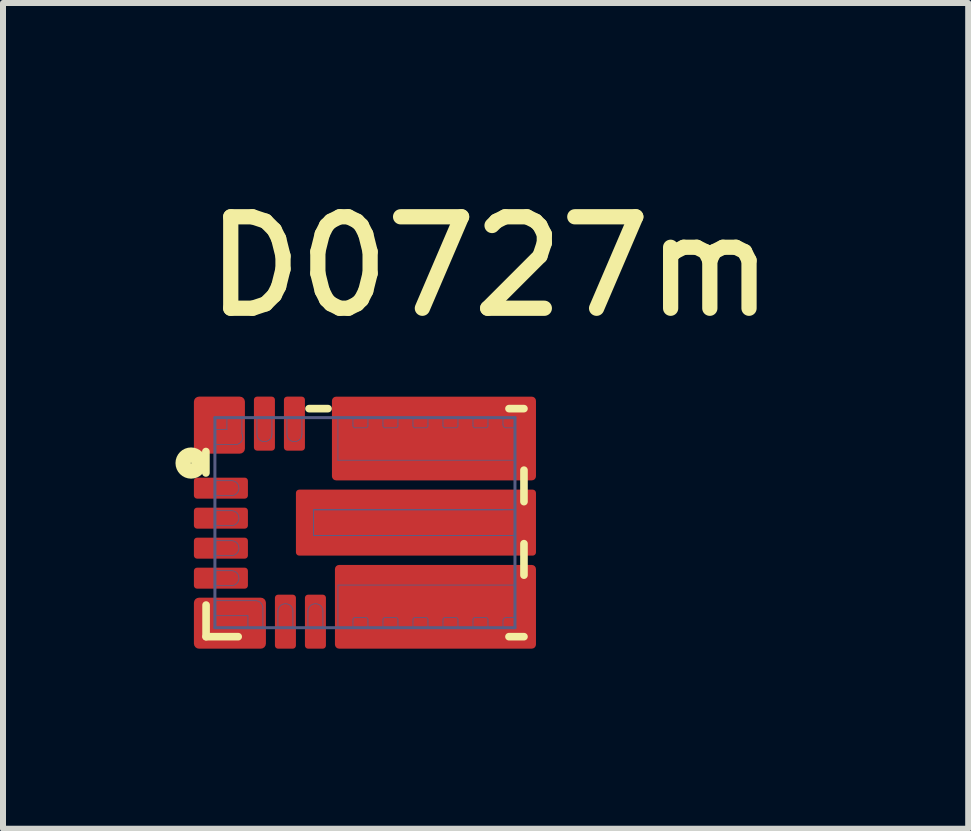
<source format=kicad_pcb>
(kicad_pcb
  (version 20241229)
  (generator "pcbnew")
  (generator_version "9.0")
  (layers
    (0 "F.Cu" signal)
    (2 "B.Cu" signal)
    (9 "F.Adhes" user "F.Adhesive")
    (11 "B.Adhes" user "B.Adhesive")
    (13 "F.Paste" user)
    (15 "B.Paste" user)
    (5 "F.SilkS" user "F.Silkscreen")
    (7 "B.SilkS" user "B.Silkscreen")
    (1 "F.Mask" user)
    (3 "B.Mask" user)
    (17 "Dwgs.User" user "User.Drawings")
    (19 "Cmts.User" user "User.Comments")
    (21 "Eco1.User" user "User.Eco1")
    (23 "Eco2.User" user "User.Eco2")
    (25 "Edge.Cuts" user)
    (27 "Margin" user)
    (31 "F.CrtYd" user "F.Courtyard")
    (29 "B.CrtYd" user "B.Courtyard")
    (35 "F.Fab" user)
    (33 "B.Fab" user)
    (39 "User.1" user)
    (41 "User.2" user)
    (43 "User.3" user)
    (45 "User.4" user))
  (footprint "D0727m"
    (layer "F.Cu")
    (at 3.031 5.659)
    (property "Reference" "D0727m" (at -2.766 -3.373 0) (unlocked yes) (layer "F.SilkS") (effects (font (size 1.524 1.524) (thickness 0.254)) (justify left bottom)))
    (attr smd)
    (fp_poly (pts (xy -2.548 1.56) (xy -1.69 1.56) (xy -1.69 1.29) (xy -2.548 1.29)) (stroke (width 0.03) (type solid)) (fill yes) (layer "F.Mask"))
    (fp_poly (pts (xy -2.057 -0.44) (xy -2.057 -0.71) (xy -2.547 -0.71) (xy -2.547 -0.44)) (stroke (width 0.03) (type solid)) (fill yes) (layer "F.Mask"))
    (fp_poly (pts (xy -2.057 0.06) (xy -2.057 -0.21) (xy -2.547 -0.21) (xy -2.547 0.06)) (stroke (width 0.03) (type solid)) (fill yes) (layer "F.Mask"))
    (fp_poly (pts (xy -2.057 0.56) (xy -2.057 0.29) (xy -2.547 0.29) (xy -2.547 0.56)) (stroke (width 0.03) (type solid)) (fill yes) (layer "F.Mask"))
    (fp_poly (pts (xy -2.057 1.06) (xy -2.057 0.79) (xy -2.547 0.79) (xy -2.547 1.06)) (stroke (width 0.03) (type solid)) (fill yes) (layer "F.Mask"))
    (fp_poly (pts (xy -2.047 -1.56) (xy -2.553 -1.56) (xy -2.553 -1.29) (xy -2.047 -1.29)) (stroke (width 0.03) (type solid)) (fill yes) (layer "F.Mask"))
    (fp_poly (pts (xy -2.04 -1.29) (xy -2.04 -1.796) (xy -2.31 -1.796) (xy -2.31 -1.29)) (stroke (width 0.03) (type solid)) (fill yes) (layer "F.Mask"))
    (fp_poly (pts (xy -1.69 1.795) (xy -1.69 1.305) (xy -1.96 1.305) (xy -1.96 1.795)) (stroke (width 0.03) (type solid)) (fill yes) (layer "F.Mask"))
    (fp_poly (pts (xy -1.54 -1.305) (xy -1.54 -1.795) (xy -1.81 -1.795) (xy -1.81 -1.305)) (stroke (width 0.03) (type solid)) (fill yes) (layer "F.Mask"))
    (fp_poly (pts (xy -1.19 1.795) (xy -1.19 1.305) (xy -1.46 1.305) (xy -1.46 1.795)) (stroke (width 0.03) (type solid)) (fill yes) (layer "F.Mask"))
    (fp_poly (pts (xy -1.04 -1.305) (xy -1.04 -1.795) (xy -1.31 -1.795) (xy -1.31 -1.305)) (stroke (width 0.03) (type solid)) (fill yes) (layer "F.Mask"))
    (fp_poly (pts (xy -0.845 0.192) (xy 2.464 0.192) (xy 2.464 -0.192) (xy -0.845 -0.192)) (stroke (width 0.096) (type solid)) (fill yes) (layer "F.Mask"))
    (fp_poly (pts (xy -0.69 1.795) (xy -0.69 1.305) (xy -0.96 1.305) (xy -0.96 1.795)) (stroke (width 0.03) (type solid)) (fill yes) (layer "F.Mask"))
    (fp_poly (pts (xy -0.446 -1.045) (xy 2.495 -1.045) (xy 2.495 -1.576) (xy -0.446 -1.576)) (stroke (width 0.059) (type solid)) (fill yes) (layer "F.Mask"))
    (fp_poly (pts (xy -0.19 -1.305) (xy -0.19 -1.795) (xy -0.46 -1.795) (xy -0.46 -1.305)) (stroke (width 0.03) (type solid)) (fill yes) (layer "F.Mask"))
    (fp_poly (pts (xy -0.19 1.795) (xy -0.19 1.305) (xy -0.46 1.305) (xy -0.46 1.795)) (stroke (width 0.03) (type solid)) (fill yes) (layer "F.Mask"))
    (fp_poly (pts (xy 0.31 -1.305) (xy 0.31 -1.795) (xy 0.04 -1.795) (xy 0.04 -1.305)) (stroke (width 0.03) (type solid)) (fill yes) (layer "F.Mask"))
    (fp_poly (pts (xy 0.31 1.795) (xy 0.31 1.305) (xy 0.04 1.305) (xy 0.04 1.795)) (stroke (width 0.03) (type solid)) (fill yes) (layer "F.Mask"))
    (fp_poly (pts (xy 0.81 -1.305) (xy 0.81 -1.795) (xy 0.54 -1.795) (xy 0.54 -1.305)) (stroke (width 0.03) (type solid)) (fill yes) (layer "F.Mask"))
    (fp_poly (pts (xy 0.81 1.795) (xy 0.81 1.305) (xy 0.54 1.305) (xy 0.54 1.795)) (stroke (width 0.03) (type solid)) (fill yes) (layer "F.Mask"))
    (fp_poly (pts (xy 1.31 -1.305) (xy 1.31 -1.795) (xy 1.04 -1.795) (xy 1.04 -1.305)) (stroke (width 0.03) (type solid)) (fill yes) (layer "F.Mask"))
    (fp_poly (pts (xy 1.31 1.795) (xy 1.31 1.305) (xy 1.04 1.305) (xy 1.04 1.795)) (stroke (width 0.03) (type solid)) (fill yes) (layer "F.Mask"))
    (fp_poly (pts (xy 1.81 -1.305) (xy 1.81 -1.795) (xy 1.54 -1.795) (xy 1.54 -1.305)) (stroke (width 0.03) (type solid)) (fill yes) (layer "F.Mask"))
    (fp_poly (pts (xy 1.81 1.795) (xy 1.81 1.305) (xy 1.54 1.305) (xy 1.54 1.795)) (stroke (width 0.03) (type solid)) (fill yes) (layer "F.Mask"))
    (fp_poly (pts (xy 2.31 -1.305) (xy 2.31 -1.795) (xy 2.04 -1.795) (xy 2.04 -1.305)) (stroke (width 0.03) (type solid)) (fill yes) (layer "F.Mask"))
    (fp_poly (pts (xy 2.31 1.795) (xy 2.31 1.305) (xy 2.04 1.305) (xy 2.04 1.795)) (stroke (width 0.03) (type solid)) (fill yes) (layer "F.Mask"))
    (fp_poly (pts (xy 2.495 1.045) (xy -0.446 1.045) (xy -0.446 1.576) (xy 2.495 1.576)) (stroke (width 0.059) (type solid)) (fill yes) (layer "F.Mask"))
    (fp_line (start -2.65 -0.828) (end -2.65 -1.185) (stroke (width 0.127) (type solid)) (layer "F.SilkS"))
    (fp_line (start -2.647 1.9) (end -2.647 1.373) (stroke (width 0.127) (type solid)) (layer "F.SilkS"))
    (fp_line (start -2.647 1.9) (end -2.112 1.9) (stroke (width 0.127) (type solid)) (layer "F.SilkS"))
    (fp_line (start -0.932 -1.9) (end -0.615 -1.9) (stroke (width 0.127) (type solid)) (layer "F.SilkS"))
    (fp_line (start 2.4 -1.9) (end 2.65 -1.9) (stroke (width 0.127) (type solid)) (layer "F.SilkS"))
    (fp_line (start 2.4 1.9) (end 2.65 1.9) (stroke (width 0.127) (type solid)) (layer "F.SilkS"))
    (fp_line (start 2.65 -0.35) (end 2.65 -0.875) (stroke (width 0.127) (type solid)) (layer "F.SilkS"))
    (fp_line (start 2.65 0.875) (end 2.65 0.35) (stroke (width 0.127) (type solid)) (layer "F.SilkS"))
    (fp_circle (center -2.897 -0.993) (end -2.897 -0.999) (stroke (width 0.254) (type solid)) (fill no) (layer "F.SilkS"))
    (fp_poly (pts (xy -2.163 -0.512) (xy -2.163 -0.637) (xy -2.438 -0.637) (xy -2.438 -0.512)) (stroke (width 0.125) (type solid)) (fill yes) (layer "F.Paste"))
    (fp_poly (pts (xy -2.163 0.488) (xy -2.163 0.363) (xy -2.438 0.363) (xy -2.438 0.488)) (stroke (width 0.125) (type solid)) (fill yes) (layer "F.Paste"))
    (fp_poly (pts (xy -2.163 -0.013) (xy -2.163 -0.138) (xy -2.438 -0.138) (xy -2.438 -0.013)) (stroke (width 0.125) (type solid)) (fill yes) (layer "F.Paste"))
    (fp_poly (pts (xy -2.163 0.987) (xy -2.163 0.862) (xy -2.438 0.862) (xy -2.438 0.987)) (stroke (width 0.125) (type solid)) (fill yes) (layer "F.Paste"))
    (fp_poly (pts (xy -2.124 -1.376) (xy -2.124 -1.564) (xy -2.386 -1.564) (xy -2.386 -1.376)) (stroke (width 0.188) (type solid)) (fill yes) (layer "F.Paste"))
    (fp_poly (pts (xy -1.76 1.555) (xy -1.76 1.405) (xy -2.405 1.405) (xy -2.405 1.555)) (stroke (width 0.15) (type solid)) (fill yes) (layer "F.Paste"))
    (fp_poly (pts (xy -1.613 -1.688) (xy -1.738 -1.688) (xy -1.738 -1.413) (xy -1.613 -1.413)) (stroke (width 0.125) (type solid)) (fill yes) (layer "F.Paste"))
    (fp_poly (pts (xy -1.388 1.688) (xy -1.263 1.688) (xy -1.263 1.413) (xy -1.388 1.413)) (stroke (width 0.125) (type solid)) (fill yes) (layer "F.Paste"))
    (fp_poly (pts (xy -1.113 -1.688) (xy -1.238 -1.688) (xy -1.238 -1.413) (xy -1.113 -1.413)) (stroke (width 0.125) (type solid)) (fill yes) (layer "F.Paste"))
    (fp_poly (pts (xy -0.888 1.688) (xy -0.763 1.688) (xy -0.763 1.413) (xy -0.888 1.413)) (stroke (width 0.125) (type solid)) (fill yes) (layer "F.Paste"))
    (fp_poly (pts (xy -0.38 -1.135) (xy 2.45 -1.135) (xy 2.45 -1.615) (xy -0.38 -1.615)) (stroke (width 0.12) (type solid)) (fill yes) (layer "F.Paste"))
    (fp_poly (pts (xy -0.38 1.615) (xy 2.45 1.615) (xy 2.45 1.135) (xy -0.38 1.135)) (stroke (width 0.12) (type solid)) (fill yes) (layer "F.Paste"))
    (fp_poly (pts (xy 2.393 0.107) (xy 2.393 -0.108) (xy -0.748 -0.108) (xy -0.748 0.107)) (stroke (width 0.215) (type solid)) (fill yes) (layer "F.Paste"))
    (fp_line (start -2.5 -1.75) (end 2.5 -1.75) (stroke (width 0.05) (type solid)) (layer "B.Fab"))
    (fp_line (start -2.5 -1.55) (end -2.3 -1.55) (stroke (width 0.013) (type solid)) (layer "B.Fab"))
    (fp_line (start -2.5 -1.3) (end -2.5 -1.55) (stroke (width 0.013) (type solid)) (layer "B.Fab"))
    (fp_line (start -2.5 -1.3) (end -2.16 -1.3) (stroke (width 0.013) (type solid)) (layer "B.Fab"))
    (fp_line (start -2.5 -0.7) (end -2.225 -0.7) (stroke (width 0.013) (type solid)) (layer "B.Fab"))
    (fp_line (start -2.5 -0.45) (end -2.5 -0.7) (stroke (width 0.013) (type solid)) (layer "B.Fab"))
    (fp_line (start -2.5 -0.45) (end -2.225 -0.45) (stroke (width 0.013) (type solid)) (layer "B.Fab"))
    (fp_line (start -2.5 -0.2) (end -2.225 -0.2) (stroke (width 0.013) (type solid)) (layer "B.Fab"))
    (fp_line (start -2.5 0.05) (end -2.5 -0.2) (stroke (width 0.013) (type solid)) (layer "B.Fab"))
    (fp_line (start -2.5 0.05) (end -2.225 0.05) (stroke (width 0.013) (type solid)) (layer "B.Fab"))
    (fp_line (start -2.5 0.3) (end -2.225 0.3) (stroke (width 0.013) (type solid)) (layer "B.Fab"))
    (fp_line (start -2.5 0.55) (end -2.5 0.3) (stroke (width 0.013) (type solid)) (layer "B.Fab"))
    (fp_line (start -2.5 0.55) (end -2.225 0.55) (stroke (width 0.013) (type solid)) (layer "B.Fab"))
    (fp_line (start -2.5 0.8) (end -2.225 0.8) (stroke (width 0.013) (type solid)) (layer "B.Fab"))
    (fp_line (start -2.5 1.05) (end -2.5 0.8) (stroke (width 0.013) (type solid)) (layer "B.Fab"))
    (fp_line (start -2.5 1.05) (end -2.225 1.05) (stroke (width 0.013) (type solid)) (layer "B.Fab"))
    (fp_line (start -2.5 1.3) (end -1.825 1.3) (stroke (width 0.013) (type solid)) (layer "B.Fab"))
    (fp_line (start -2.5 1.55) (end -2.5 1.3) (stroke (width 0.013) (type solid)) (layer "B.Fab"))
    (fp_line (start -2.5 1.55) (end -1.95 1.55) (stroke (width 0.013) (type solid)) (layer "B.Fab"))
    (fp_line (start -2.5 1.75) (end -2.5 -1.75) (stroke (width 0.05) (type solid)) (layer "B.Fab"))
    (fp_line (start -2.5 1.75) (end 2.5 1.75) (stroke (width 0.05) (type solid)) (layer "B.Fab"))
    (fp_line (start -2.3 -1.75) (end -2.05 -1.75) (stroke (width 0.013) (type solid)) (layer "B.Fab"))
    (fp_line (start -2.3 -1.55) (end -2.3 -1.75) (stroke (width 0.013) (type solid)) (layer "B.Fab"))
    (fp_line (start -2.05 -1.484) (end -2.05 -1.75) (stroke (width 0.013) (type solid)) (layer "B.Fab"))
    (fp_line (start -1.95 1.75) (end -1.95 1.55) (stroke (width 0.013) (type solid)) (layer "B.Fab"))
    (fp_line (start -1.95 1.75) (end -1.7 1.75) (stroke (width 0.013) (type solid)) (layer "B.Fab"))
    (fp_line (start -1.8 -1.75) (end -1.55 -1.75) (stroke (width 0.013) (type solid)) (layer "B.Fab"))
    (fp_line (start -1.8 -1.475) (end -1.8 -1.75) (stroke (width 0.013) (type solid)) (layer "B.Fab"))
    (fp_line (start -1.7 1.75) (end -1.7 1.425) (stroke (width 0.013) (type solid)) (layer "B.Fab"))
    (fp_line (start -1.55 -1.475) (end -1.55 -1.75) (stroke (width 0.013) (type solid)) (layer "B.Fab"))
    (fp_line (start -1.45 1.75) (end -1.45 1.475) (stroke (width 0.013) (type solid)) (layer "B.Fab"))
    (fp_line (start -1.45 1.75) (end -1.2 1.75) (stroke (width 0.013) (type solid)) (layer "B.Fab"))
    (fp_line (start -1.3 -1.75) (end -1.05 -1.75) (stroke (width 0.013) (type solid)) (layer "B.Fab"))
    (fp_line (start -1.3 -1.475) (end -1.3 -1.75) (stroke (width 0.013) (type solid)) (layer "B.Fab"))
    (fp_line (start -1.2 1.75) (end -1.2 1.475) (stroke (width 0.013) (type solid)) (layer "B.Fab"))
    (fp_line (start -1.05 -1.475) (end -1.05 -1.75) (stroke (width 0.013) (type solid)) (layer "B.Fab"))
    (fp_line (start -0.95 1.75) (end -0.95 1.475) (stroke (width 0.013) (type solid)) (layer "B.Fab"))
    (fp_line (start -0.95 1.75) (end -0.7 1.75) (stroke (width 0.013) (type solid)) (layer "B.Fab"))
    (fp_line (start -0.855 -0.215) (end 2.3 -0.215) (stroke (width 0.013) (type solid)) (layer "B.Fab"))
    (fp_line (start -0.855 -0.215) (end 2.5 -0.215) (stroke (width 0.013) (type solid)) (layer "B.Fab"))
    (fp_line (start -0.855 -0.215) (end 2.5 -0.215) (stroke (width 0.013) (type solid)) (layer "B.Fab"))
    (fp_line (start -0.855 0.215) (end -0.855 -0.215) (stroke (width 0.013) (type solid)) (layer "B.Fab"))
    (fp_line (start -0.855 0.215) (end -0.855 -0.215) (stroke (width 0.013) (type solid)) (layer "B.Fab"))
    (fp_line (start -0.855 0.215) (end 2.3 0.215) (stroke (width 0.013) (type solid)) (layer "B.Fab"))
    (fp_line (start -0.855 0.215) (end 2.5 0.215) (stroke (width 0.013) (type solid)) (layer "B.Fab"))
    (fp_line (start -0.855 0.215) (end 2.5 0.215) (stroke (width 0.013) (type solid)) (layer "B.Fab"))
    (fp_line (start -0.7 1.75) (end -0.7 1.475) (stroke (width 0.013) (type solid)) (layer "B.Fab"))
    (fp_line (start -0.45 -1.75) (end -0.2 -1.75) (stroke (width 0.013) (type solid)) (layer "B.Fab"))
    (fp_line (start -0.45 -1.04) (end -0.45 -1.75) (stroke (width 0.013) (type solid)) (layer "B.Fab"))
    (fp_line (start -0.45 -1.04) (end 2.5 -1.04) (stroke (width 0.013) (type solid)) (layer "B.Fab"))
    (fp_line (start -0.45 1.04) (end 2.5 1.04) (stroke (width 0.013) (type solid)) (layer "B.Fab"))
    (fp_line (start -0.45 1.75) (end -0.45 1.04) (stroke (width 0.013) (type solid)) (layer "B.Fab"))
    (fp_line (start -0.45 1.75) (end -0.2 1.75) (stroke (width 0.013) (type solid)) (layer "B.Fab"))
    (fp_line (start -0.2 -1.652) (end -0.2 -1.75) (stroke (width 0.013) (type solid)) (layer "B.Fab"))
    (fp_line (start -0.2 -1.615) (end -0.2 -1.652) (stroke (width 0.013) (type solid)) (layer "B.Fab"))
    (fp_line (start -0.2 1.652) (end -0.2 1.615) (stroke (width 0.013) (type solid)) (layer "B.Fab"))
    (fp_line (start -0.2 1.75) (end -0.2 1.652) (stroke (width 0.013) (type solid)) (layer "B.Fab"))
    (fp_line (start -0.165 -1.58) (end 0.015 -1.58) (stroke (width 0.013) (type solid)) (layer "B.Fab"))
    (fp_line (start -0.165 1.58) (end 0.015 1.58) (stroke (width 0.013) (type solid)) (layer "B.Fab"))
    (fp_line (start 0.05 -1.75) (end 0.3 -1.75) (stroke (width 0.013) (type solid)) (layer "B.Fab"))
    (fp_line (start 0.05 -1.652) (end 0.05 -1.75) (stroke (width 0.013) (type solid)) (layer "B.Fab"))
    (fp_line (start 0.05 -1.615) (end 0.05 -1.652) (stroke (width 0.013) (type solid)) (layer "B.Fab"))
    (fp_line (start 0.05 1.652) (end 0.05 1.615) (stroke (width 0.013) (type solid)) (layer "B.Fab"))
    (fp_line (start 0.05 1.75) (end 0.05 1.652) (stroke (width 0.013) (type solid)) (layer "B.Fab"))
    (fp_line (start 0.05 1.75) (end 0.3 1.75) (stroke (width 0.013) (type solid)) (layer "B.Fab"))
    (fp_line (start 0.3 -1.652) (end 0.3 -1.75) (stroke (width 0.013) (type solid)) (layer "B.Fab"))
    (fp_line (start 0.3 -1.615) (end 0.3 -1.652) (stroke (width 0.013) (type solid)) (layer "B.Fab"))
    (fp_line (start 0.3 1.652) (end 0.3 1.615) (stroke (width 0.013) (type solid)) (layer "B.Fab"))
    (fp_line (start 0.3 1.75) (end 0.3 1.652) (stroke (width 0.013) (type solid)) (layer "B.Fab"))
    (fp_line (start 0.335 -1.58) (end 0.515 -1.58) (stroke (width 0.013) (type solid)) (layer "B.Fab"))
    (fp_line (start 0.335 1.58) (end 0.515 1.58) (stroke (width 0.013) (type solid)) (layer "B.Fab"))
    (fp_line (start 0.55 -1.75) (end 0.8 -1.75) (stroke (width 0.013) (type solid)) (layer "B.Fab"))
    (fp_line (start 0.55 -1.652) (end 0.55 -1.75) (stroke (width 0.013) (type solid)) (layer "B.Fab"))
    (fp_line (start 0.55 -1.615) (end 0.55 -1.652) (stroke (width 0.013) (type solid)) (layer "B.Fab"))
    (fp_line (start 0.55 1.652) (end 0.55 1.615) (stroke (width 0.013) (type solid)) (layer "B.Fab"))
    (fp_line (start 0.55 1.75) (end 0.55 1.652) (stroke (width 0.013) (type solid)) (layer "B.Fab"))
    (fp_line (start 0.55 1.75) (end 0.8 1.75) (stroke (width 0.013) (type solid)) (layer "B.Fab"))
    (fp_line (start 0.8 -1.652) (end 0.8 -1.75) (stroke (width 0.013) (type solid)) (layer "B.Fab"))
    (fp_line (start 0.8 -1.615) (end 0.8 -1.652) (stroke (width 0.013) (type solid)) (layer "B.Fab"))
    (fp_line (start 0.8 1.652) (end 0.8 1.615) (stroke (width 0.013) (type solid)) (layer "B.Fab"))
    (fp_line (start 0.8 1.75) (end 0.8 1.652) (stroke (width 0.013) (type solid)) (layer "B.Fab"))
    (fp_line (start 0.835 -1.58) (end 1.015 -1.58) (stroke (width 0.013) (type solid)) (layer "B.Fab"))
    (fp_line (start 0.835 1.58) (end 1.015 1.58) (stroke (width 0.013) (type solid)) (layer "B.Fab"))
    (fp_line (start 1.05 -1.75) (end 1.3 -1.75) (stroke (width 0.013) (type solid)) (layer "B.Fab"))
    (fp_line (start 1.05 -1.652) (end 1.05 -1.75) (stroke (width 0.013) (type solid)) (layer "B.Fab"))
    (fp_line (start 1.05 -1.615) (end 1.05 -1.652) (stroke (width 0.013) (type solid)) (layer "B.Fab"))
    (fp_line (start 1.05 1.652) (end 1.05 1.615) (stroke (width 0.013) (type solid)) (layer "B.Fab"))
    (fp_line (start 1.05 1.75) (end 1.05 1.652) (stroke (width 0.013) (type solid)) (layer "B.Fab"))
    (fp_line (start 1.05 1.75) (end 1.3 1.75) (stroke (width 0.013) (type solid)) (layer "B.Fab"))
    (fp_line (start 1.3 -1.652) (end 1.3 -1.75) (stroke (width 0.013) (type solid)) (layer "B.Fab"))
    (fp_line (start 1.3 -1.615) (end 1.3 -1.652) (stroke (width 0.013) (type solid)) (layer "B.Fab"))
    (fp_line (start 1.3 1.652) (end 1.3 1.615) (stroke (width 0.013) (type solid)) (layer "B.Fab"))
    (fp_line (start 1.3 1.75) (end 1.3 1.652) (stroke (width 0.013) (type solid)) (layer "B.Fab"))
    (fp_line (start 1.335 -1.58) (end 1.515 -1.58) (stroke (width 0.013) (type solid)) (layer "B.Fab"))
    (fp_line (start 1.335 1.58) (end 1.515 1.58) (stroke (width 0.013) (type solid)) (layer "B.Fab"))
    (fp_line (start 1.55 -1.75) (end 1.8 -1.75) (stroke (width 0.013) (type solid)) (layer "B.Fab"))
    (fp_line (start 1.55 -1.652) (end 1.55 -1.75) (stroke (width 0.013) (type solid)) (layer "B.Fab"))
    (fp_line (start 1.55 -1.615) (end 1.55 -1.652) (stroke (width 0.013) (type solid)) (layer "B.Fab"))
    (fp_line (start 1.55 1.652) (end 1.55 1.615) (stroke (width 0.013) (type solid)) (layer "B.Fab"))
    (fp_line (start 1.55 1.75) (end 1.55 1.652) (stroke (width 0.013) (type solid)) (layer "B.Fab"))
    (fp_line (start 1.55 1.75) (end 1.8 1.75) (stroke (width 0.013) (type solid)) (layer "B.Fab"))
    (fp_line (start 1.8 -1.652) (end 1.8 -1.75) (stroke (width 0.013) (type solid)) (layer "B.Fab"))
    (fp_line (start 1.8 -1.615) (end 1.8 -1.652) (stroke (width 0.013) (type solid)) (layer "B.Fab"))
    (fp_line (start 1.8 1.652) (end 1.8 1.615) (stroke (width 0.013) (type solid)) (layer "B.Fab"))
    (fp_line (start 1.8 1.75) (end 1.8 1.652) (stroke (width 0.013) (type solid)) (layer "B.Fab"))
    (fp_line (start 1.835 -1.58) (end 2.015 -1.58) (stroke (width 0.013) (type solid)) (layer "B.Fab"))
    (fp_line (start 1.835 1.58) (end 2.015 1.58) (stroke (width 0.013) (type solid)) (layer "B.Fab"))
    (fp_line (start 2.05 -1.75) (end 2.3 -1.75) (stroke (width 0.013) (type solid)) (layer "B.Fab"))
    (fp_line (start 2.05 -1.652) (end 2.05 -1.75) (stroke (width 0.013) (type solid)) (layer "B.Fab"))
    (fp_line (start 2.05 -1.615) (end 2.05 -1.652) (stroke (width 0.013) (type solid)) (layer "B.Fab"))
    (fp_line (start 2.05 1.652) (end 2.05 1.615) (stroke (width 0.013) (type solid)) (layer "B.Fab"))
    (fp_line (start 2.05 1.75) (end 2.05 1.652) (stroke (width 0.013) (type solid)) (layer "B.Fab"))
    (fp_line (start 2.05 1.75) (end 2.3 1.75) (stroke (width 0.013) (type solid)) (layer "B.Fab"))
    (fp_line (start 2.3 -1.632) (end 2.3 -1.75) (stroke (width 0.013) (type solid)) (layer "B.Fab"))
    (fp_line (start 2.3 1.75) (end 2.3 1.632) (stroke (width 0.013) (type solid)) (layer "B.Fab"))
    (fp_line (start 2.352 -1.58) (end 2.5 -1.58) (stroke (width 0.013) (type solid)) (layer "B.Fab"))
    (fp_line (start 2.352 1.58) (end 2.5 1.58) (stroke (width 0.013) (type solid)) (layer "B.Fab"))
    (fp_line (start 2.5 -1.04) (end 2.5 -1.58) (stroke (width 0.013) (type solid)) (layer "B.Fab"))
    (fp_line (start 2.5 0.215) (end 2.5 -0.215) (stroke (width 0.013) (type solid)) (layer "B.Fab"))
    (fp_line (start 2.5 0.215) (end 2.5 -0.215) (stroke (width 0.013) (type solid)) (layer "B.Fab"))
    (fp_line (start 2.5 1.58) (end 2.5 1.04) (stroke (width 0.013) (type solid)) (layer "B.Fab"))
    (fp_line (start 2.5 1.75) (end 2.5 -1.75) (stroke (width 0.05) (type solid)) (layer "B.Fab"))
    (fp_arc (start -2.225 -0.7) (mid -2.1 -0.575) (end -2.225 -0.45) (stroke (width 0.0127) (type solid)) (layer "B.Fab"))
    (fp_arc (start -2.225 -0.2) (mid -2.1 -0.075) (end -2.225 0.05) (stroke (width 0.0127) (type solid)) (layer "B.Fab"))
    (fp_arc (start -2.225 0.3) (mid -2.1 0.425) (end -2.225 0.55) (stroke (width 0.0127) (type solid)) (layer "B.Fab"))
    (fp_arc (start -2.225 0.8) (mid -2.1 0.925) (end -2.225 1.05) (stroke (width 0.0127) (type solid)) (layer "B.Fab"))
    (fp_arc (start -2.05 -1.484372) (mid -2.052653 -1.360955) (end -2.16 -1.3) (stroke (width 0.0127) (type solid)) (layer "B.Fab"))
    (fp_arc (start -1.825 1.3) (mid -1.736612 1.336612) (end -1.7 1.425) (stroke (width 0.0127) (type solid)) (layer "B.Fab"))
    (fp_arc (start -1.55 -1.475) (mid -1.675 -1.35) (end -1.8 -1.475) (stroke (width 0.0127) (type solid)) (layer "B.Fab"))
    (fp_arc (start -1.45 1.475) (mid -1.325 1.35) (end -1.2 1.475) (stroke (width 0.0127) (type solid)) (layer "B.Fab"))
    (fp_arc (start -1.05 -1.475) (mid -1.175 -1.35) (end -1.3 -1.475) (stroke (width 0.0127) (type solid)) (layer "B.Fab"))
    (fp_arc (start -0.95 1.475) (mid -0.825 1.35) (end -0.7 1.475) (stroke (width 0.0127) (type solid)) (layer "B.Fab"))
    (fp_arc (start -0.2 1.615) (mid -0.189749 1.590251) (end -0.165 1.58) (stroke (width 0.0127) (type solid)) (layer "B.Fab"))
    (fp_arc (start -0.165 -1.58) (mid -0.189749 -1.590251) (end -0.2 -1.615) (stroke (width 0.0127) (type solid)) (layer "B.Fab"))
    (fp_arc (start 0.014999 1.58) (mid 0.039748 1.590251) (end 0.05 1.614999) (stroke (width 0.0127) (type solid)) (layer "B.Fab"))
    (fp_arc (start 0.05 -1.614999) (mid 0.039748 -1.590251) (end 0.014999 -1.58) (stroke (width 0.0127) (type solid)) (layer "B.Fab"))
    (fp_arc (start 0.3 1.614999) (mid 0.310252 1.590251) (end 0.335001 1.58) (stroke (width 0.0127) (type solid)) (layer "B.Fab"))
    (fp_arc (start 0.335001 -1.58) (mid 0.310252 -1.590251) (end 0.3 -1.614999) (stroke (width 0.0127) (type solid)) (layer "B.Fab"))
    (fp_arc (start 0.515 1.58) (mid 0.539749 1.590251) (end 0.55 1.615) (stroke (width 0.0127) (type solid)) (layer "B.Fab"))
    (fp_arc (start 0.55 -1.615) (mid 0.539749 -1.590251) (end 0.515 -1.58) (stroke (width 0.0127) (type solid)) (layer "B.Fab"))
    (fp_arc (start 0.8 1.615) (mid 0.810251 1.590251) (end 0.835 1.58) (stroke (width 0.0127) (type solid)) (layer "B.Fab"))
    (fp_arc (start 0.835 -1.58) (mid 0.810251 -1.590251) (end 0.8 -1.615) (stroke (width 0.0127) (type solid)) (layer "B.Fab"))
    (fp_arc (start 1.014999 1.58) (mid 1.039748 1.590251) (end 1.05 1.614999) (stroke (width 0.0127) (type solid)) (layer "B.Fab"))
    (fp_arc (start 1.05 -1.614999) (mid 1.039748 -1.590251) (end 1.014999 -1.58) (stroke (width 0.0127) (type solid)) (layer "B.Fab"))
    (fp_arc (start 1.3 1.615) (mid 1.310251 1.590251) (end 1.335 1.58) (stroke (width 0.0127) (type solid)) (layer "B.Fab"))
    (fp_arc (start 1.335 -1.58) (mid 1.310251 -1.590251) (end 1.3 -1.615) (stroke (width 0.0127) (type solid)) (layer "B.Fab"))
    (fp_arc (start 1.515 1.58) (mid 1.539749 1.590251) (end 1.55 1.615) (stroke (width 0.0127) (type solid)) (layer "B.Fab"))
    (fp_arc (start 1.55 -1.615) (mid 1.539749 -1.590251) (end 1.515 -1.58) (stroke (width 0.0127) (type solid)) (layer "B.Fab"))
    (fp_arc (start 1.8 1.614999) (mid 1.810252 1.590251) (end 1.835001 1.58) (stroke (width 0.0127) (type solid)) (layer "B.Fab"))
    (fp_arc (start 1.835001 -1.58) (mid 1.810252 -1.590251) (end 1.8 -1.614999) (stroke (width 0.0127) (type solid)) (layer "B.Fab"))
    (fp_arc (start 2.014999 1.58) (mid 2.039748 1.590251) (end 2.05 1.614999) (stroke (width 0.0127) (type solid)) (layer "B.Fab"))
    (fp_arc (start 2.05 -1.614999) (mid 2.039748 -1.590251) (end 2.014999 -1.58) (stroke (width 0.0127) (type solid)) (layer "B.Fab"))
    (fp_arc (start 2.3 1.6318) (mid 2.315172 1.595172) (end 2.3518 1.58) (stroke (width 0.0127) (type solid)) (layer "B.Fab"))
    (fp_arc (start 2.3518 -1.58) (mid 2.315172 -1.595172) (end 2.3 -1.6318) (stroke (width 0.0127) (type solid)) (layer "B.Fab"))
    (pad "1" smd roundrect (at -2.4 -0.575 270) (size 0.35 0.9) (layers "F.Cu" "F.Mask" "F.Paste") (roundrect_rratio 0.15))
    (pad "2" smd roundrect (at -2.4 -0.075 270) (size 0.35 0.9) (layers "F.Cu" "F.Mask" "F.Paste") (roundrect_rratio 0.15))
    (pad "3" smd roundrect (at -2.4 0.425 270) (size 0.35 0.9) (layers "F.Cu" "F.Mask" "F.Paste") (roundrect_rratio 0.15))
    (pad "4" smd roundrect (at -2.4 0.925 270) (size 0.35 0.9) (layers "F.Cu" "F.Mask" "F.Paste") (roundrect_rratio 0.15))
    (pad "5" smd roundrect (at -2.25 1.675) (size 1.2 0.85) (layers "F.Cu" "F.Mask" "F.Paste") (roundrect_rratio 0.1))
    (pad "6" smd roundrect (at -1.325 1.65 180) (size 0.35 0.9) (layers "F.Cu" "F.Mask" "F.Paste") (roundrect_rratio 0.15))
    (pad "7" smd roundrect (at -0.825 1.65 180) (size 0.35 0.9) (layers "F.Cu" "F.Mask" "F.Paste") (roundrect_rratio 0.15))
    (pad "8" smd roundrect (at 1.175 1.402) (size 3.35 1.395) (layers "F.Cu" "F.Mask" "F.Paste") (roundrect_rratio 0.05))
    (pad "9" smd roundrect (at 0.85 -0.00046) (size 4 1.1) (layers "F.Cu" "F.Mask" "F.Paste") (roundrect_rratio 0.05))
    (pad "10" smd roundrect (at 1.15 -1.402) (size 3.4 1.395) (layers "F.Cu" "F.Mask" "F.Paste") (roundrect_rratio 0.05))
    (pad "11" smd roundrect (at -1.175 -1.65 180) (size 0.35 0.9) (layers "F.Cu" "F.Mask" "F.Paste") (roundrect_rratio 0.15))
    (pad "12" smd roundrect (at -1.675 -1.65) (size 0.35 0.9) (layers "F.Cu" "F.Mask" "F.Paste") (roundrect_rratio 0.15))
    (pad "13" smd roundrect (at -2.425 -1.625) (size 0.85 0.95) (layers "F.Cu" "F.Mask" "F.Paste") (roundrect_rratio 0.1)))
  (gr_rect
    (start -3 -3)
    (end 13.083 10.759)
    (stroke (width 0.1) (type default))
    (fill no)
    (layer "Edge.Cuts")))
</source>
